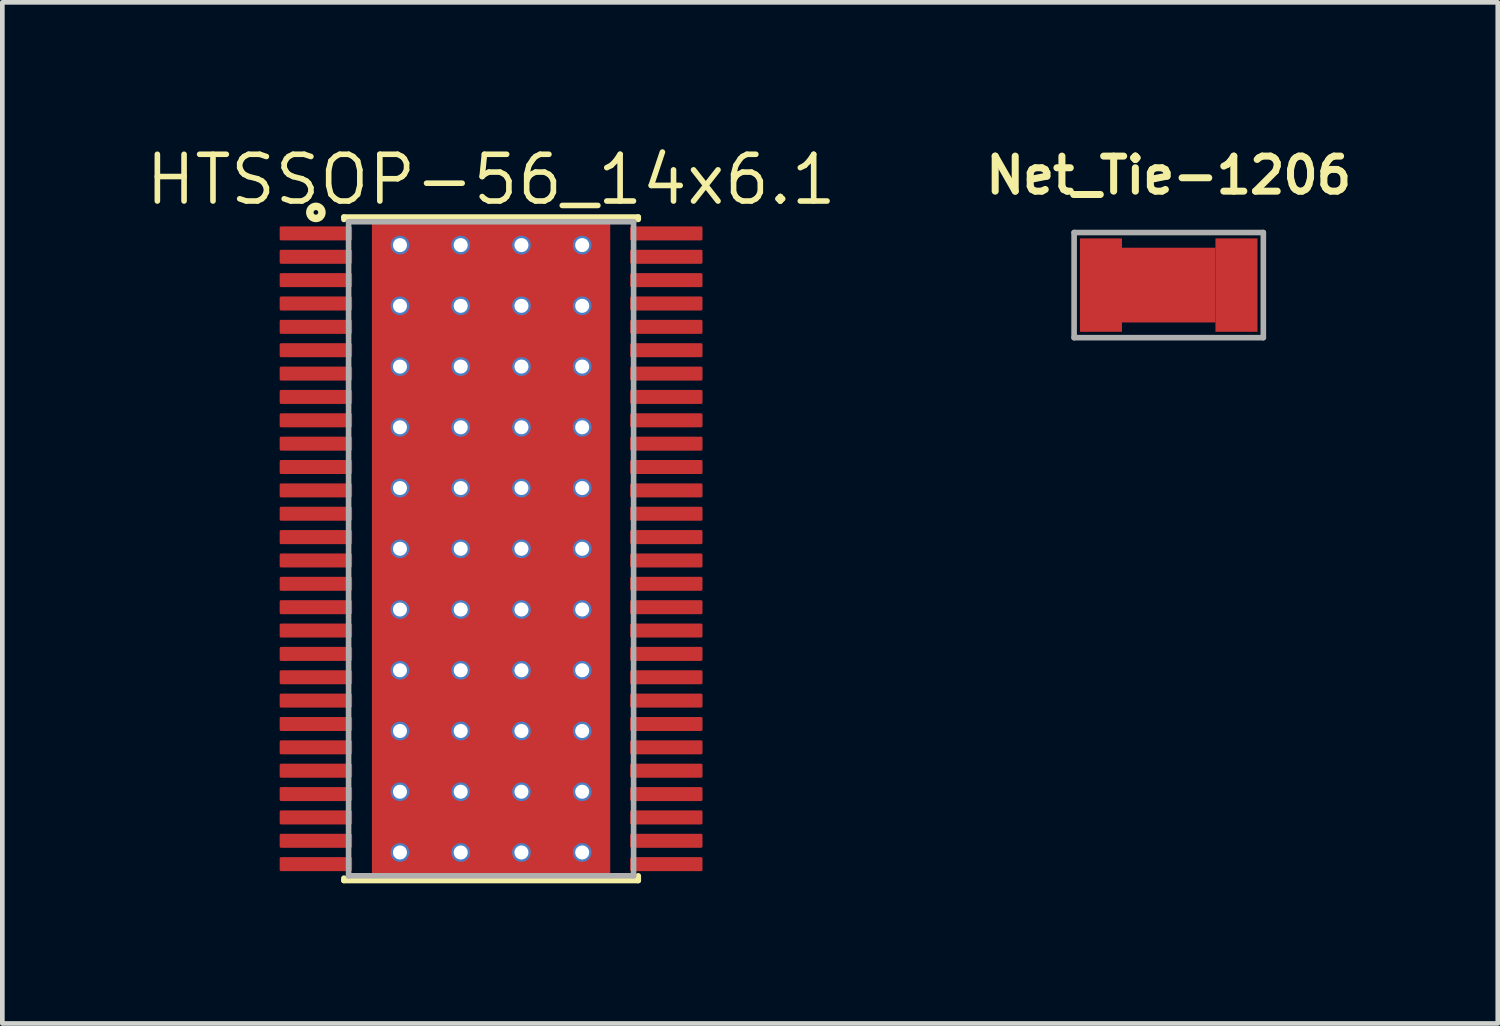
<source format=kicad_pcb>
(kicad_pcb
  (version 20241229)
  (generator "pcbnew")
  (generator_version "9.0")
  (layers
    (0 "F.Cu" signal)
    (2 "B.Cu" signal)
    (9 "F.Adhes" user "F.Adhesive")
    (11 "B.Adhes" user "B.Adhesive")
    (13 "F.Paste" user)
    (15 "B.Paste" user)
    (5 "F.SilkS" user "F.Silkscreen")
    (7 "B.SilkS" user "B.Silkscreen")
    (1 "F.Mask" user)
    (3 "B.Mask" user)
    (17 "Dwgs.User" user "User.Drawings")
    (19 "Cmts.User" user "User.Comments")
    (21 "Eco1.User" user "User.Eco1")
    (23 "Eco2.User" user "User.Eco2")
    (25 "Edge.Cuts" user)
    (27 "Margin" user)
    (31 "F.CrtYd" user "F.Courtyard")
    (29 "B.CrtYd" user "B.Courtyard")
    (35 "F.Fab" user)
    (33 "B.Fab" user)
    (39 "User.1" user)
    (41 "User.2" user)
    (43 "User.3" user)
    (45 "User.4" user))
  (footprint "HTSSOP-56_14x6.1"
    (layer "F.Cu")
    (at 7.461 8.696)
    (property "Reference" "HTSSOP-56_14x6.1" (at 0 -7.9 0) (layer "F.SilkS") (effects (font (size 1 1) (thickness 0.12))))
    (attr smd)
    (fp_line (start -3.15 -7.1) (end 3.15 -7.1) (stroke (width 0.12) (type solid)) (layer "F.SilkS"))
    (fp_line (start -3.15 -7.05) (end -3.15 -7.1) (stroke (width 0.12) (type solid)) (layer "F.SilkS"))
    (fp_line (start -3.15 7.05) (end -3.15 7.1) (stroke (width 0.12) (type solid)) (layer "F.SilkS"))
    (fp_line (start -3.15 7.1) (end 3.15 7.1) (stroke (width 0.12) (type solid)) (layer "F.SilkS"))
    (fp_line (start 3.15 -7.1) (end 3.15 -7.05) (stroke (width 0.12) (type solid)) (layer "F.SilkS"))
    (fp_line (start 3.15 7.1) (end 3.15 7) (stroke (width 0.12) (type solid)) (layer "F.SilkS"))
    (fp_circle (center -3.75 -7.2) (end -3.75 -7.35) (stroke (width 0.12) (type solid)) (fill no) (layer "F.SilkS"))
    (fp_circle (center -3.75 -7.2) (end -3.75 -7.25) (stroke (width 0.12) (type solid)) (fill no) (layer "F.SilkS"))
    (fp_line (start -3.05 -7) (end -3.05 7) (stroke (width 0.12) (type solid)) (layer "F.Fab"))
    (fp_line (start -3.05 -7) (end 3.05 -7) (stroke (width 0.12) (type solid)) (layer "F.Fab"))
    (fp_line (start -3.05 7) (end 3.05 7) (stroke (width 0.12) (type solid)) (layer "F.Fab"))
    (fp_line (start 3.05 -7) (end 3.05 7) (stroke (width 0.12) (type solid)) (layer "F.Fab"))
    (pad "1" smd roundrect (at -3.75 -6.75) (size 1.55 0.3) (layers "F.Cu" "F.Mask" "F.Paste") (roundrect_rratio 0.1))
    (pad "2" smd roundrect (at -3.75 -6.25) (size 1.55 0.3) (layers "F.Cu" "F.Mask" "F.Paste") (roundrect_rratio 0.1))
    (pad "3" smd roundrect (at -3.75 -5.75) (size 1.55 0.3) (layers "F.Cu" "F.Mask" "F.Paste") (roundrect_rratio 0.1))
    (pad "4" smd roundrect (at -3.75 -5.25) (size 1.55 0.3) (layers "F.Cu" "F.Mask" "F.Paste") (roundrect_rratio 0.1))
    (pad "5" smd roundrect (at -3.75 -4.75) (size 1.55 0.3) (layers "F.Cu" "F.Mask" "F.Paste") (roundrect_rratio 0.1))
    (pad "6" smd roundrect (at -3.75 -4.25) (size 1.55 0.3) (layers "F.Cu" "F.Mask" "F.Paste") (roundrect_rratio 0.1))
    (pad "7" smd roundrect (at -3.75 -3.75) (size 1.55 0.3) (layers "F.Cu" "F.Mask" "F.Paste") (roundrect_rratio 0.1))
    (pad "8" smd roundrect (at -3.75 -3.25) (size 1.55 0.3) (layers "F.Cu" "F.Mask" "F.Paste") (roundrect_rratio 0.1))
    (pad "9" smd roundrect (at -3.75 -2.75) (size 1.55 0.3) (layers "F.Cu" "F.Mask" "F.Paste") (roundrect_rratio 0.1))
    (pad "10" smd roundrect (at -3.75 -2.25) (size 1.55 0.3) (layers "F.Cu" "F.Mask" "F.Paste") (roundrect_rratio 0.1))
    (pad "11" smd roundrect (at -3.75 -1.75) (size 1.55 0.3) (layers "F.Cu" "F.Mask" "F.Paste") (roundrect_rratio 0.1))
    (pad "12" smd roundrect (at -3.75 -1.25) (size 1.55 0.3) (layers "F.Cu" "F.Mask" "F.Paste") (roundrect_rratio 0.1))
    (pad "13" smd roundrect (at -3.75 -0.75) (size 1.55 0.3) (layers "F.Cu" "F.Mask" "F.Paste") (roundrect_rratio 0.1))
    (pad "14" smd roundrect (at -3.75 -0.25) (size 1.55 0.3) (layers "F.Cu" "F.Mask" "F.Paste") (roundrect_rratio 0.1))
    (pad "15" smd roundrect (at -3.75 0.25) (size 1.55 0.3) (layers "F.Cu" "F.Mask" "F.Paste") (roundrect_rratio 0.1))
    (pad "16" smd roundrect (at -3.75 0.75) (size 1.55 0.3) (layers "F.Cu" "F.Mask" "F.Paste") (roundrect_rratio 0.1))
    (pad "17" smd roundrect (at -3.75 1.25) (size 1.55 0.3) (layers "F.Cu" "F.Mask" "F.Paste") (roundrect_rratio 0.1))
    (pad "18" smd roundrect (at -3.75 1.75) (size 1.55 0.3) (layers "F.Cu" "F.Mask" "F.Paste") (roundrect_rratio 0.1))
    (pad "19" smd roundrect (at -3.75 2.25) (size 1.55 0.3) (layers "F.Cu" "F.Mask" "F.Paste") (roundrect_rratio 0.1))
    (pad "20" smd roundrect (at -3.75 2.75) (size 1.55 0.3) (layers "F.Cu" "F.Mask" "F.Paste") (roundrect_rratio 0.1))
    (pad "21" smd roundrect (at -3.75 3.25) (size 1.55 0.3) (layers "F.Cu" "F.Mask" "F.Paste") (roundrect_rratio 0.1))
    (pad "22" smd roundrect (at -3.75 3.75) (size 1.55 0.3) (layers "F.Cu" "F.Mask" "F.Paste") (roundrect_rratio 0.1))
    (pad "23" smd roundrect (at -3.75 4.25) (size 1.55 0.3) (layers "F.Cu" "F.Mask" "F.Paste") (roundrect_rratio 0.1))
    (pad "24" smd roundrect (at -3.75 4.75) (size 1.55 0.3) (layers "F.Cu" "F.Mask" "F.Paste") (roundrect_rratio 0.1))
    (pad "25" smd roundrect (at -3.75 5.25) (size 1.55 0.3) (layers "F.Cu" "F.Mask" "F.Paste") (roundrect_rratio 0.1))
    (pad "26" smd roundrect (at -3.75 5.75) (size 1.55 0.3) (layers "F.Cu" "F.Mask" "F.Paste") (roundrect_rratio 0.1))
    (pad "27" smd roundrect (at -3.75 6.25) (size 1.55 0.3) (layers "F.Cu" "F.Mask" "F.Paste") (roundrect_rratio 0.1))
    (pad "28" smd roundrect (at -3.75 6.75) (size 1.55 0.3) (layers "F.Cu" "F.Mask" "F.Paste") (roundrect_rratio 0.1))
    (pad "29" smd roundrect (at 3.75 6.75) (size 1.55 0.3) (layers "F.Cu" "F.Mask" "F.Paste") (roundrect_rratio 0.1))
    (pad "30" smd roundrect (at 3.75 6.25) (size 1.55 0.3) (layers "F.Cu" "F.Mask" "F.Paste") (roundrect_rratio 0.1))
    (pad "31" smd roundrect (at 3.75 5.75) (size 1.55 0.3) (layers "F.Cu" "F.Mask" "F.Paste") (roundrect_rratio 0.1))
    (pad "32" smd roundrect (at 3.75 5.25) (size 1.55 0.3) (layers "F.Cu" "F.Mask" "F.Paste") (roundrect_rratio 0.1))
    (pad "33" smd roundrect (at 3.75 4.75) (size 1.55 0.3) (layers "F.Cu" "F.Mask" "F.Paste") (roundrect_rratio 0.1))
    (pad "34" smd roundrect (at 3.75 4.25) (size 1.55 0.3) (layers "F.Cu" "F.Mask" "F.Paste") (roundrect_rratio 0.1))
    (pad "35" smd roundrect (at 3.75 3.75) (size 1.55 0.3) (layers "F.Cu" "F.Mask" "F.Paste") (roundrect_rratio 0.1))
    (pad "36" smd roundrect (at 3.75 3.25) (size 1.55 0.3) (layers "F.Cu" "F.Mask" "F.Paste") (roundrect_rratio 0.1))
    (pad "37" smd roundrect (at 3.75 2.75) (size 1.55 0.3) (layers "F.Cu" "F.Mask" "F.Paste") (roundrect_rratio 0.1))
    (pad "38" smd roundrect (at 3.75 2.25) (size 1.55 0.3) (layers "F.Cu" "F.Mask" "F.Paste") (roundrect_rratio 0.1))
    (pad "39" smd roundrect (at 3.75 1.75) (size 1.55 0.3) (layers "F.Cu" "F.Mask" "F.Paste") (roundrect_rratio 0.1))
    (pad "40" smd roundrect (at 3.75 1.25) (size 1.55 0.3) (layers "F.Cu" "F.Mask" "F.Paste") (roundrect_rratio 0.1))
    (pad "41" smd roundrect (at 3.75 0.75) (size 1.55 0.3) (layers "F.Cu" "F.Mask" "F.Paste") (roundrect_rratio 0.1))
    (pad "42" smd roundrect (at 3.75 0.25) (size 1.55 0.3) (layers "F.Cu" "F.Mask" "F.Paste") (roundrect_rratio 0.1))
    (pad "43" smd roundrect (at 3.75 -0.25) (size 1.55 0.3) (layers "F.Cu" "F.Mask" "F.Paste") (roundrect_rratio 0.1))
    (pad "44" smd roundrect (at 3.75 -0.75) (size 1.55 0.3) (layers "F.Cu" "F.Mask" "F.Paste") (roundrect_rratio 0.1))
    (pad "45" smd roundrect (at 3.75 -1.25) (size 1.55 0.3) (layers "F.Cu" "F.Mask" "F.Paste") (roundrect_rratio 0.1))
    (pad "46" smd roundrect (at 3.75 -1.75) (size 1.55 0.3) (layers "F.Cu" "F.Mask" "F.Paste") (roundrect_rratio 0.1))
    (pad "47" smd roundrect (at 3.75 -2.25) (size 1.55 0.3) (layers "F.Cu" "F.Mask" "F.Paste") (roundrect_rratio 0.1))
    (pad "48" smd roundrect (at 3.75 -2.75) (size 1.55 0.3) (layers "F.Cu" "F.Mask" "F.Paste") (roundrect_rratio 0.1))
    (pad "49" smd roundrect (at 3.75 -3.25) (size 1.55 0.3) (layers "F.Cu" "F.Mask" "F.Paste") (roundrect_rratio 0.1))
    (pad "50" smd roundrect (at 3.75 -3.75) (size 1.55 0.3) (layers "F.Cu" "F.Mask" "F.Paste") (roundrect_rratio 0.1))
    (pad "51" smd roundrect (at 3.75 -4.25) (size 1.55 0.3) (layers "F.Cu" "F.Mask" "F.Paste") (roundrect_rratio 0.1))
    (pad "52" smd roundrect (at 3.75 -4.75) (size 1.55 0.3) (layers "F.Cu" "F.Mask" "F.Paste") (roundrect_rratio 0.1))
    (pad "53" smd roundrect (at 3.75 -5.25) (size 1.55 0.3) (layers "F.Cu" "F.Mask" "F.Paste") (roundrect_rratio 0.1))
    (pad "54" smd roundrect (at 3.75 -5.75) (size 1.55 0.3) (layers "F.Cu" "F.Mask" "F.Paste") (roundrect_rratio 0.1))
    (pad "55" smd roundrect (at 3.75 -6.25) (size 1.55 0.3) (layers "F.Cu" "F.Mask" "F.Paste") (roundrect_rratio 0.1))
    (pad "56" smd roundrect (at 3.75 -6.75) (size 1.55 0.3) (layers "F.Cu" "F.Mask" "F.Paste") (roundrect_rratio 0.1))
    (pad "EP" thru_hole circle (at -1.95 -6.5) (size 0.4 0.4) (drill 0.3) (layers "*.Cu"))
    (pad "EP" thru_hole circle (at -1.95 -5.2) (size 0.4 0.4) (drill 0.3) (layers "*.Cu"))
    (pad "EP" thru_hole circle (at -1.95 -3.9) (size 0.4 0.4) (drill 0.3) (layers "*.Cu"))
    (pad "EP" thru_hole circle (at -1.95 -2.6) (size 0.4 0.4) (drill 0.3) (layers "*.Cu"))
    (pad "EP" thru_hole circle (at -1.95 -1.3) (size 0.4 0.4) (drill 0.3) (layers "*.Cu"))
    (pad "EP" thru_hole circle (at -1.95 0) (size 0.4 0.4) (drill 0.3) (layers "*.Cu"))
    (pad "EP" thru_hole circle (at -1.95 1.3) (size 0.4 0.4) (drill 0.3) (layers "*.Cu"))
    (pad "EP" thru_hole circle (at -1.95 2.6) (size 0.4 0.4) (drill 0.3) (layers "*.Cu"))
    (pad "EP" thru_hole circle (at -1.95 3.9) (size 0.4 0.4) (drill 0.3) (layers "*.Cu"))
    (pad "EP" thru_hole circle (at -1.95 5.2) (size 0.4 0.4) (drill 0.3) (layers "*.Cu"))
    (pad "EP" thru_hole circle (at -1.95 6.5) (size 0.4 0.4) (drill 0.3) (layers "*.Cu"))
    (pad "EP" smd rect (at -0.902 -1.175) (size 1.805 2.35) (layers "F.Cu" "F.Mask" "F.Paste"))
    (pad "EP" smd rect (at -0.902 1.175) (size 1.805 2.35) (layers "F.Cu" "F.Mask" "F.Paste"))
    (pad "EP" thru_hole circle (at -0.65 -6.5) (size 0.4 0.4) (drill 0.3) (layers "*.Cu"))
    (pad "EP" thru_hole circle (at -0.65 -5.2) (size 0.4 0.4) (drill 0.3) (layers "*.Cu"))
    (pad "EP" thru_hole circle (at -0.65 -3.9) (size 0.4 0.4) (drill 0.3) (layers "*.Cu"))
    (pad "EP" thru_hole circle (at -0.65 -2.6) (size 0.4 0.4) (drill 0.3) (layers "*.Cu"))
    (pad "EP" thru_hole circle (at -0.65 -1.3) (size 0.4 0.4) (drill 0.3) (layers "*.Cu"))
    (pad "EP" thru_hole circle (at -0.65 0) (size 0.4 0.4) (drill 0.3) (layers "*.Cu"))
    (pad "EP" thru_hole circle (at -0.65 1.3) (size 0.4 0.4) (drill 0.3) (layers "*.Cu"))
    (pad "EP" thru_hole circle (at -0.65 2.6) (size 0.4 0.4) (drill 0.3) (layers "*.Cu"))
    (pad "EP" thru_hole circle (at -0.65 3.9) (size 0.4 0.4) (drill 0.3) (layers "*.Cu"))
    (pad "EP" thru_hole circle (at -0.65 5.2) (size 0.4 0.4) (drill 0.3) (layers "*.Cu"))
    (pad "EP" thru_hole circle (at -0.65 6.5) (size 0.4 0.4) (drill 0.3) (layers "*.Cu"))
    (pad "EP" smd roundrect (at 0 0) (size 5.1 14) (layers "F.Cu") (roundrect_rratio 0.01))
    (pad "EP" thru_hole circle (at 0.65 -6.5) (size 0.4 0.4) (drill 0.3) (layers "*.Cu"))
    (pad "EP" thru_hole circle (at 0.65 -5.2) (size 0.4 0.4) (drill 0.3) (layers "*.Cu"))
    (pad "EP" thru_hole circle (at 0.65 -3.9) (size 0.4 0.4) (drill 0.3) (layers "*.Cu"))
    (pad "EP" thru_hole circle (at 0.65 -2.6) (size 0.4 0.4) (drill 0.3) (layers "*.Cu"))
    (pad "EP" thru_hole circle (at 0.65 -1.3) (size 0.4 0.4) (drill 0.3) (layers "*.Cu"))
    (pad "EP" thru_hole circle (at 0.65 0) (size 0.4 0.4) (drill 0.3) (layers "*.Cu"))
    (pad "EP" thru_hole circle (at 0.65 1.3) (size 0.4 0.4) (drill 0.3) (layers "*.Cu"))
    (pad "EP" thru_hole circle (at 0.65 2.6) (size 0.4 0.4) (drill 0.3) (layers "*.Cu"))
    (pad "EP" thru_hole circle (at 0.65 3.9) (size 0.4 0.4) (drill 0.3) (layers "*.Cu"))
    (pad "EP" thru_hole circle (at 0.65 5.2) (size 0.4 0.4) (drill 0.3) (layers "*.Cu"))
    (pad "EP" thru_hole circle (at 0.65 6.5) (size 0.4 0.4) (drill 0.3) (layers "*.Cu"))
    (pad "EP" smd rect (at 0.902 -1.175) (size 1.805 2.35) (layers "F.Cu" "F.Mask" "F.Paste"))
    (pad "EP" smd rect (at 0.902 1.175) (size 1.805 2.35) (layers "F.Cu" "F.Mask" "F.Paste"))
    (pad "EP" thru_hole circle (at 1.95 -6.5) (size 0.4 0.4) (drill 0.3) (layers "*.Cu"))
    (pad "EP" thru_hole circle (at 1.95 -5.2) (size 0.4 0.4) (drill 0.3) (layers "*.Cu"))
    (pad "EP" thru_hole circle (at 1.95 -3.9) (size 0.4 0.4) (drill 0.3) (layers "*.Cu"))
    (pad "EP" thru_hole circle (at 1.95 -2.6) (size 0.4 0.4) (drill 0.3) (layers "*.Cu"))
    (pad "EP" thru_hole circle (at 1.95 -1.3) (size 0.4 0.4) (drill 0.3) (layers "*.Cu"))
    (pad "EP" thru_hole circle (at 1.95 0) (size 0.4 0.4) (drill 0.3) (layers "*.Cu"))
    (pad "EP" thru_hole circle (at 1.95 1.3) (size 0.4 0.4) (drill 0.3) (layers "*.Cu"))
    (pad "EP" thru_hole circle (at 1.95 2.6) (size 0.4 0.4) (drill 0.3) (layers "*.Cu"))
    (pad "EP" thru_hole circle (at 1.95 3.9) (size 0.4 0.4) (drill 0.3) (layers "*.Cu"))
    (pad "EP" thru_hole circle (at 1.95 5.2) (size 0.4 0.4) (drill 0.3) (layers "*.Cu"))
    (pad "EP" thru_hole circle (at 1.95 6.5) (size 0.4 0.4) (drill 0.3) (layers "*.Cu")))
  (footprint "Net_Tie-1206"
    (layer "F.Cu")
    (at 21.965 3.052)
    (property "Reference" "Net_Tie-1206" (at 0 -2.35 0) (layer "F.SilkS") (effects (font (size 0.75 0.75) (thickness 0.15))))
    (attr exclude_from_pos_files exclude_from_bom)
    (fp_line (start -2.025 -1.125) (end -2.025 1.125) (stroke (width 0.12) (type solid)) (layer "F.Fab"))
    (fp_line (start -2.025 -1.125) (end 2.025 -1.125) (stroke (width 0.12) (type solid)) (layer "F.Fab"))
    (fp_line (start -2.025 1.125) (end 2.025 1.125) (stroke (width 0.12) (type solid)) (layer "F.Fab"))
    (fp_line (start 2.025 -1.125) (end 2.025 1.125) (stroke (width 0.12) (type solid)) (layer "F.Fab"))
    (pad "1" smd rect (at -1.45 0) (size 0.9 2) (layers "F.Cu"))
    (pad "2" smd rect (at 1.45 0) (size 0.9 2) (layers "F.Cu"))
    (pad "TIE" connect rect (at 0 0) (size 2 1.6) (layers "F.Cu")))
  (gr_rect
    (start -3 -3)
    (end 29.008 18.856)
    (stroke (width 0.1) (type default))
    (fill no)
    (layer "Edge.Cuts")))
</source>
